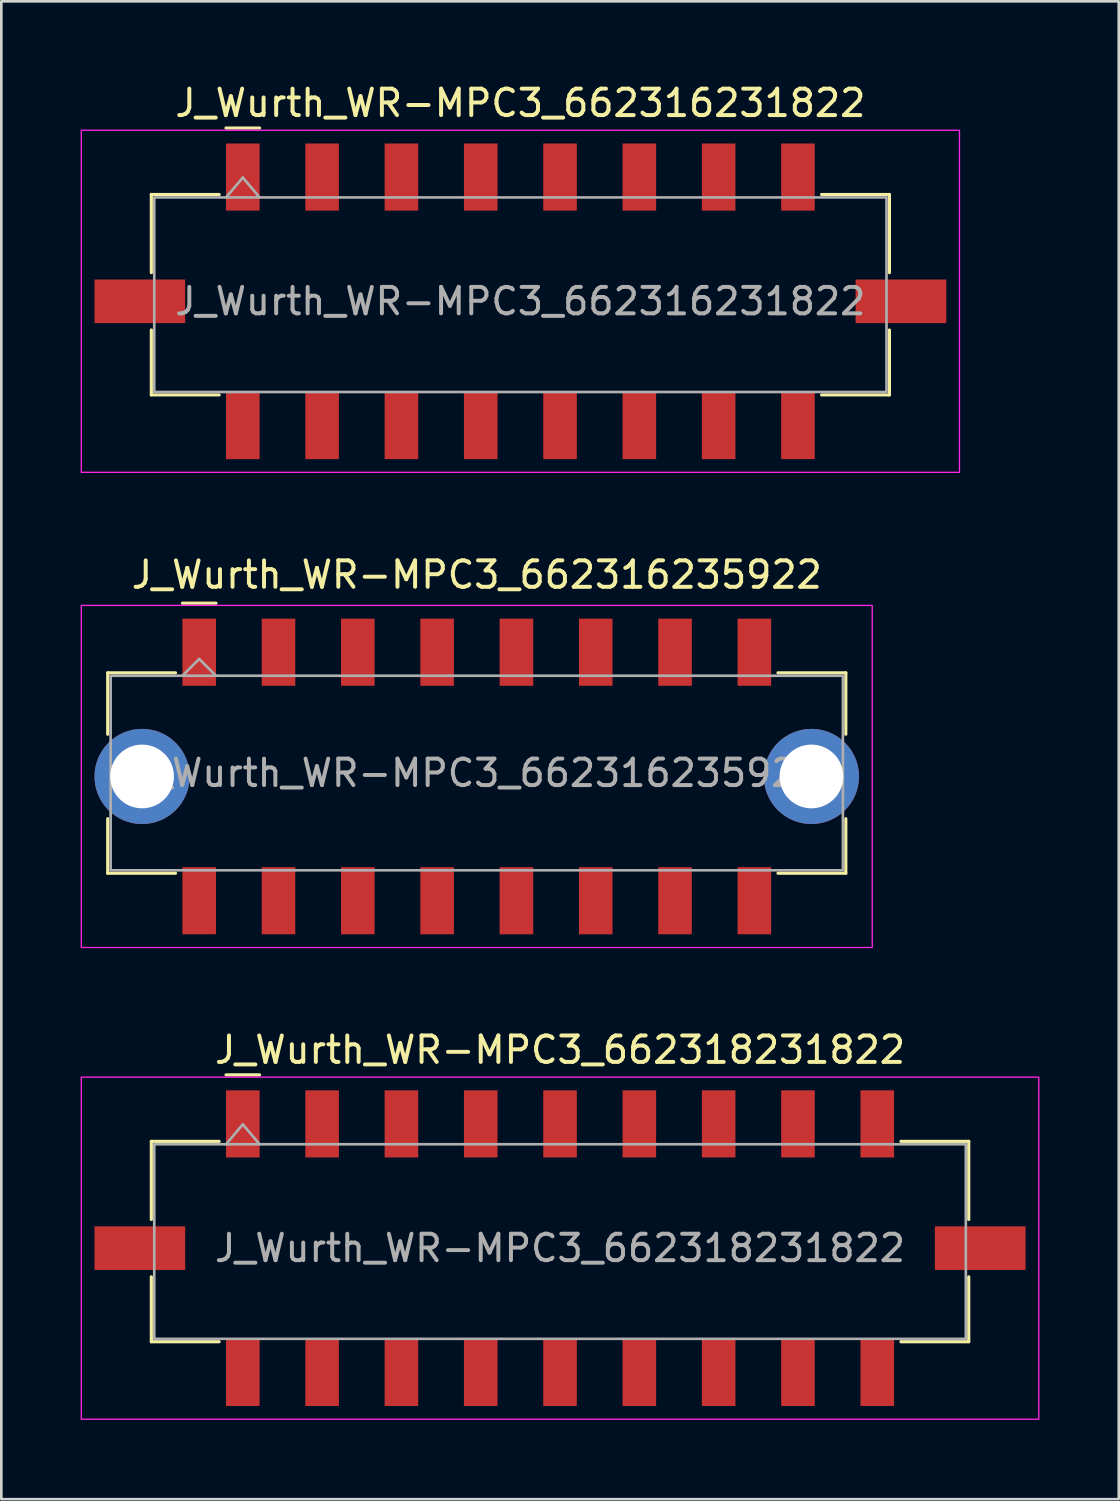
<source format=kicad_pcb>
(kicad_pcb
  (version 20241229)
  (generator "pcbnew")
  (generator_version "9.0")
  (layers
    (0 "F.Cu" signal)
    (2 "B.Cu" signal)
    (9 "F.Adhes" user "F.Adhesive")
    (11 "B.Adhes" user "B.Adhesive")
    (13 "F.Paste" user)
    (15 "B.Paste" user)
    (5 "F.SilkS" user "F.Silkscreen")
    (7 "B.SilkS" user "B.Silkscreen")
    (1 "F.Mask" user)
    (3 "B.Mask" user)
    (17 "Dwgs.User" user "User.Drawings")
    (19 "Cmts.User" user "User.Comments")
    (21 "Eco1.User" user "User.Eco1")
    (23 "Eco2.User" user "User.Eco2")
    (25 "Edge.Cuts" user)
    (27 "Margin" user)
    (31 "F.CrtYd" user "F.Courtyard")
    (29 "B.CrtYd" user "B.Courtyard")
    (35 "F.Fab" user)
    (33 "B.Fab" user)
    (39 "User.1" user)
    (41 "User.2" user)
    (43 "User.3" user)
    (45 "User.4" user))
  (footprint "J_Wurth_WR-MPC3_662318231822"
    (layer "F.Cu")
    (at 18.135 44.165)
    (property "Reference" "J_Wurth_WR-MPC3_662318231822" (at 0 -7.5 0) (unlocked yes) (layer "F.SilkS") (effects (font (size 1 1) (thickness 0.15))))
    (attr smd)
    (fp_line (start -15.46 -4.04) (end -12.895 -4.04) (stroke (width 0.12) (type solid)) (layer "F.SilkS"))
    (fp_line (start -15.46 -1.085) (end -15.46 -4.04) (stroke (width 0.12) (type solid)) (layer "F.SilkS"))
    (fp_line (start -15.46 3.54) (end -15.46 1.085) (stroke (width 0.12) (type solid)) (layer "F.SilkS"))
    (fp_line (start -15.46 3.54) (end -12.895 3.54) (stroke (width 0.12) (type solid)) (layer "F.SilkS"))
    (fp_line (start -12.635 -6.555) (end -11.365 -6.555) (stroke (width 0.12) (type solid)) (layer "F.SilkS"))
    (fp_line (start 12.895 -4.04) (end 15.46 -4.04) (stroke (width 0.12) (type solid)) (layer "F.SilkS"))
    (fp_line (start 12.895 3.54) (end 15.46 3.54) (stroke (width 0.12) (type solid)) (layer "F.SilkS"))
    (fp_line (start 15.46 -1.085) (end 15.46 -4.04) (stroke (width 0.12) (type solid)) (layer "F.SilkS"))
    (fp_line (start 15.46 3.54) (end 15.46 1.085) (stroke (width 0.12) (type solid)) (layer "F.SilkS"))
    (fp_rect (start -18.11 -6.47) (end 18.11 6.47) (stroke (width 0.05) (type solid)) (fill no) (layer "F.CrtYd"))
    (fp_line (start -12 -4.68) (end -12.635 -3.93) (stroke (width 0.1) (type solid)) (layer "F.Fab"))
    (fp_line (start -12 -4.68) (end -11.365 -3.93) (stroke (width 0.1) (type solid)) (layer "F.Fab"))
    (fp_rect (start -15.35 -3.93) (end 15.35 3.43) (stroke (width 0.1) (type solid)) (fill no) (layer "F.Fab"))
    (fp_text user "${REFERENCE}" (at 0 0 0) (unlocked yes) (layer "F.Fab") (effects (font (size 1 1) (thickness 0.15))))
    (pad "1" smd rect (at -12 -4.7 180) (size 1.27 2.54) (layers "F.Cu" "F.Mask" "F.Paste"))
    (pad "2" smd rect (at -9 -4.7 180) (size 1.27 2.54) (layers "F.Cu" "F.Mask" "F.Paste"))
    (pad "3" smd rect (at -6 -4.7 180) (size 1.27 2.54) (layers "F.Cu" "F.Mask" "F.Paste"))
    (pad "4" smd rect (at -3 -4.7 180) (size 1.27 2.54) (layers "F.Cu" "F.Mask" "F.Paste"))
    (pad "5" smd rect (at 0 -4.7 180) (size 1.27 2.54) (layers "F.Cu" "F.Mask" "F.Paste"))
    (pad "6" smd rect (at 3 -4.7 180) (size 1.27 2.54) (layers "F.Cu" "F.Mask" "F.Paste"))
    (pad "7" smd rect (at 6 -4.7 180) (size 1.27 2.54) (layers "F.Cu" "F.Mask" "F.Paste"))
    (pad "8" smd rect (at 9 -4.7 180) (size 1.27 2.54) (layers "F.Cu" "F.Mask" "F.Paste"))
    (pad "9" smd rect (at 12 -4.7 180) (size 1.27 2.54) (layers "F.Cu" "F.Mask" "F.Paste"))
    (pad "10" smd rect (at -12 4.7 180) (size 1.27 2.54) (layers "F.Cu" "F.Mask" "F.Paste"))
    (pad "11" smd rect (at -9 4.7 180) (size 1.27 2.54) (layers "F.Cu" "F.Mask" "F.Paste"))
    (pad "12" smd rect (at -6 4.7 180) (size 1.27 2.54) (layers "F.Cu" "F.Mask" "F.Paste"))
    (pad "13" smd rect (at -3 4.7 180) (size 1.27 2.54) (layers "F.Cu" "F.Mask" "F.Paste"))
    (pad "14" smd rect (at 0 4.7 180) (size 1.27 2.54) (layers "F.Cu" "F.Mask" "F.Paste"))
    (pad "15" smd rect (at 3 4.7 180) (size 1.27 2.54) (layers "F.Cu" "F.Mask" "F.Paste"))
    (pad "16" smd rect (at 6 4.7 180) (size 1.27 2.54) (layers "F.Cu" "F.Mask" "F.Paste"))
    (pad "17" smd rect (at 9 4.7 180) (size 1.27 2.54) (layers "F.Cu" "F.Mask" "F.Paste"))
    (pad "18" smd rect (at 12 4.7 180) (size 1.27 2.54) (layers "F.Cu" "F.Mask" "F.Paste"))
    (pad "MP1" smd rect (at 15.895 0 180) (size 3.43 1.65) (layers "F.Cu" "F.Mask" "F.Paste"))
    (pad "MP2" smd rect (at -15.895 0 180) (size 3.43 1.65) (layers "F.Cu" "F.Mask" "F.Paste")))
  (footprint "J_Wurth_WR-MPC3_662316235922"
    (layer "F.Cu")
    (at 14.985 26.192)
    (property "Reference" "J_Wurth_WR-MPC3_662316235922" (at 0 -7.5 0) (unlocked yes) (layer "F.SilkS") (effects (font (size 1 1) (thickness 0.15))))
    (attr smd)
    (fp_line (start -13.96 -3.79) (end -13.96 -1.468) (stroke (width 0.12) (type default)) (layer "F.SilkS"))
    (fp_line (start -13.96 1.728) (end -13.96 3.79) (stroke (width 0.12) (type default)) (layer "F.SilkS"))
    (fp_line (start -11.395 -3.79) (end -13.96 -3.79) (stroke (width 0.12) (type solid)) (layer "F.SilkS"))
    (fp_line (start -11.395 3.79) (end -13.96 3.79) (stroke (width 0.12) (type solid)) (layer "F.SilkS"))
    (fp_line (start -11.135 -6.425) (end -9.865 -6.425) (stroke (width 0.12) (type solid)) (layer "F.SilkS"))
    (fp_line (start 13.96 -3.79) (end 11.395 -3.79) (stroke (width 0.12) (type solid)) (layer "F.SilkS"))
    (fp_line (start 13.96 -3.79) (end 13.96 -1.468) (stroke (width 0.12) (type default)) (layer "F.SilkS"))
    (fp_line (start 13.96 1.728) (end 13.96 3.79) (stroke (width 0.12) (type default)) (layer "F.SilkS"))
    (fp_line (start 13.96 3.79) (end 11.395 3.79) (stroke (width 0.12) (type solid)) (layer "F.SilkS"))
    (fp_rect (start -14.96 -6.34) (end 14.96 6.6) (stroke (width 0.05) (type solid)) (fill no) (layer "F.CrtYd"))
    (fp_line (start -10.5 -4.315) (end -11.135 -3.68) (stroke (width 0.1) (type default)) (layer "F.Fab"))
    (fp_line (start -9.865 -3.68) (end -10.5 -4.315) (stroke (width 0.1) (type default)) (layer "F.Fab"))
    (fp_rect (start -13.85 -3.68) (end 13.85 3.68) (stroke (width 0.1) (type solid)) (fill no) (layer "F.Fab"))
    (fp_text user "${REFERENCE}" (at 0 0 0) (unlocked yes) (layer "F.Fab") (effects (font (size 1 1) (thickness 0.15))))
    (pad "1" smd rect (at -10.5 -4.57 180) (size 1.27 2.54) (layers "F.Cu" "F.Mask" "F.Paste"))
    (pad "2" smd rect (at -7.5 -4.57 180) (size 1.27 2.54) (layers "F.Cu" "F.Mask" "F.Paste"))
    (pad "3" smd rect (at -4.5 -4.57 180) (size 1.27 2.54) (layers "F.Cu" "F.Mask" "F.Paste"))
    (pad "4" smd rect (at -1.5 -4.57 180) (size 1.27 2.54) (layers "F.Cu" "F.Mask" "F.Paste"))
    (pad "5" smd rect (at 1.5 -4.57 180) (size 1.27 2.54) (layers "F.Cu" "F.Mask" "F.Paste"))
    (pad "6" smd rect (at 4.5 -4.57 180) (size 1.27 2.54) (layers "F.Cu" "F.Mask" "F.Paste"))
    (pad "7" smd rect (at 7.5 -4.57 180) (size 1.27 2.54) (layers "F.Cu" "F.Mask" "F.Paste"))
    (pad "8" smd rect (at 10.5 -4.57 180) (size 1.27 2.54) (layers "F.Cu" "F.Mask" "F.Paste"))
    (pad "9" smd rect (at -10.5 4.83 180) (size 1.27 2.54) (layers "F.Cu" "F.Mask" "F.Paste"))
    (pad "10" smd rect (at -7.5 4.83 180) (size 1.27 2.54) (layers "F.Cu" "F.Mask" "F.Paste"))
    (pad "11" smd rect (at -4.5 4.83 180) (size 1.27 2.54) (layers "F.Cu" "F.Mask" "F.Paste"))
    (pad "12" smd rect (at -1.5 4.83 180) (size 1.27 2.54) (layers "F.Cu" "F.Mask" "F.Paste"))
    (pad "13" smd rect (at 1.5 4.83 180) (size 1.27 2.54) (layers "F.Cu" "F.Mask" "F.Paste"))
    (pad "14" smd rect (at 4.5 4.83 180) (size 1.27 2.54) (layers "F.Cu" "F.Mask" "F.Paste"))
    (pad "15" smd rect (at 7.5 4.83 180) (size 1.27 2.54) (layers "F.Cu" "F.Mask" "F.Paste"))
    (pad "16" smd rect (at 10.5 4.83 180) (size 1.27 2.54) (layers "F.Cu" "F.Mask" "F.Paste"))
    (pad "MH1" thru_hole circle (at 12.66 0.13 180) (size 3.6 3.6) (drill 2.41) (layers "*.Cu" "*.Mask"))
    (pad "MH2" thru_hole circle (at -12.66 0.13 180) (size 3.6 3.6) (drill 2.41) (layers "*.Cu" "*.Mask")))
  (footprint "J_Wurth_WR-MPC3_662316231822"
    (layer "F.Cu")
    (at 16.635 8.348)
    (property "Reference" "J_Wurth_WR-MPC3_662316231822" (at 0 -7.5 0) (unlocked yes) (layer "F.SilkS") (effects (font (size 1 1) (thickness 0.15))))
    (attr smd)
    (fp_line (start -13.96 -4.04) (end -11.395 -4.04) (stroke (width 0.12) (type solid)) (layer "F.SilkS"))
    (fp_line (start -13.96 -1.085) (end -13.96 -4.04) (stroke (width 0.12) (type solid)) (layer "F.SilkS"))
    (fp_line (start -13.96 3.54) (end -13.96 1.085) (stroke (width 0.12) (type solid)) (layer "F.SilkS"))
    (fp_line (start -13.96 3.54) (end -11.395 3.54) (stroke (width 0.12) (type solid)) (layer "F.SilkS"))
    (fp_line (start -11.135 -6.555) (end -9.865 -6.555) (stroke (width 0.12) (type solid)) (layer "F.SilkS"))
    (fp_line (start 11.395 -4.04) (end 13.96 -4.04) (stroke (width 0.12) (type solid)) (layer "F.SilkS"))
    (fp_line (start 11.395 3.54) (end 13.96 3.54) (stroke (width 0.12) (type solid)) (layer "F.SilkS"))
    (fp_line (start 13.96 -1.085) (end 13.96 -4.04) (stroke (width 0.12) (type solid)) (layer "F.SilkS"))
    (fp_line (start 13.96 3.54) (end 13.96 1.085) (stroke (width 0.12) (type solid)) (layer "F.SilkS"))
    (fp_rect (start -16.61 -6.47) (end 16.61 6.47) (stroke (width 0.05) (type solid)) (fill no) (layer "F.CrtYd"))
    (fp_line (start -10.5 -4.68) (end -11.135 -3.93) (stroke (width 0.1) (type solid)) (layer "F.Fab"))
    (fp_line (start -10.5 -4.68) (end -9.865 -3.93) (stroke (width 0.1) (type solid)) (layer "F.Fab"))
    (fp_rect (start -13.85 -3.93) (end 13.85 3.43) (stroke (width 0.1) (type solid)) (fill no) (layer "F.Fab"))
    (fp_text user "${REFERENCE}" (at 0 0 0) (unlocked yes) (layer "F.Fab") (effects (font (size 1 1) (thickness 0.15))))
    (pad "1" smd rect (at -10.5 -4.7 180) (size 1.27 2.54) (layers "F.Cu" "F.Mask" "F.Paste"))
    (pad "2" smd rect (at -7.5 -4.7 180) (size 1.27 2.54) (layers "F.Cu" "F.Mask" "F.Paste"))
    (pad "3" smd rect (at -4.5 -4.7 180) (size 1.27 2.54) (layers "F.Cu" "F.Mask" "F.Paste"))
    (pad "4" smd rect (at -1.5 -4.7 180) (size 1.27 2.54) (layers "F.Cu" "F.Mask" "F.Paste"))
    (pad "5" smd rect (at 1.5 -4.7 180) (size 1.27 2.54) (layers "F.Cu" "F.Mask" "F.Paste"))
    (pad "6" smd rect (at 4.5 -4.7 180) (size 1.27 2.54) (layers "F.Cu" "F.Mask" "F.Paste"))
    (pad "7" smd rect (at 7.5 -4.7 180) (size 1.27 2.54) (layers "F.Cu" "F.Mask" "F.Paste"))
    (pad "8" smd rect (at 10.5 -4.7 180) (size 1.27 2.54) (layers "F.Cu" "F.Mask" "F.Paste"))
    (pad "9" smd rect (at -10.5 4.7 180) (size 1.27 2.54) (layers "F.Cu" "F.Mask" "F.Paste"))
    (pad "10" smd rect (at -7.5 4.7 180) (size 1.27 2.54) (layers "F.Cu" "F.Mask" "F.Paste"))
    (pad "11" smd rect (at -4.5 4.7 180) (size 1.27 2.54) (layers "F.Cu" "F.Mask" "F.Paste"))
    (pad "12" smd rect (at -1.5 4.7 180) (size 1.27 2.54) (layers "F.Cu" "F.Mask" "F.Paste"))
    (pad "13" smd rect (at 1.5 4.7 180) (size 1.27 2.54) (layers "F.Cu" "F.Mask" "F.Paste"))
    (pad "14" smd rect (at 4.5 4.7 180) (size 1.27 2.54) (layers "F.Cu" "F.Mask" "F.Paste"))
    (pad "15" smd rect (at 7.5 4.7 180) (size 1.27 2.54) (layers "F.Cu" "F.Mask" "F.Paste"))
    (pad "16" smd rect (at 10.5 4.7 180) (size 1.27 2.54) (layers "F.Cu" "F.Mask" "F.Paste"))
    (pad "MP1" smd rect (at 14.395 0 180) (size 3.43 1.65) (layers "F.Cu" "F.Mask" "F.Paste"))
    (pad "MP2" smd rect (at -14.395 0 180) (size 3.43 1.65) (layers "F.Cu" "F.Mask" "F.Paste")))
  (gr_rect
    (start -3 -3)
    (end 39.27 53.66)
    (stroke (width 0.1) (type default))
    (fill no)
    (layer "Edge.Cuts")))
</source>
